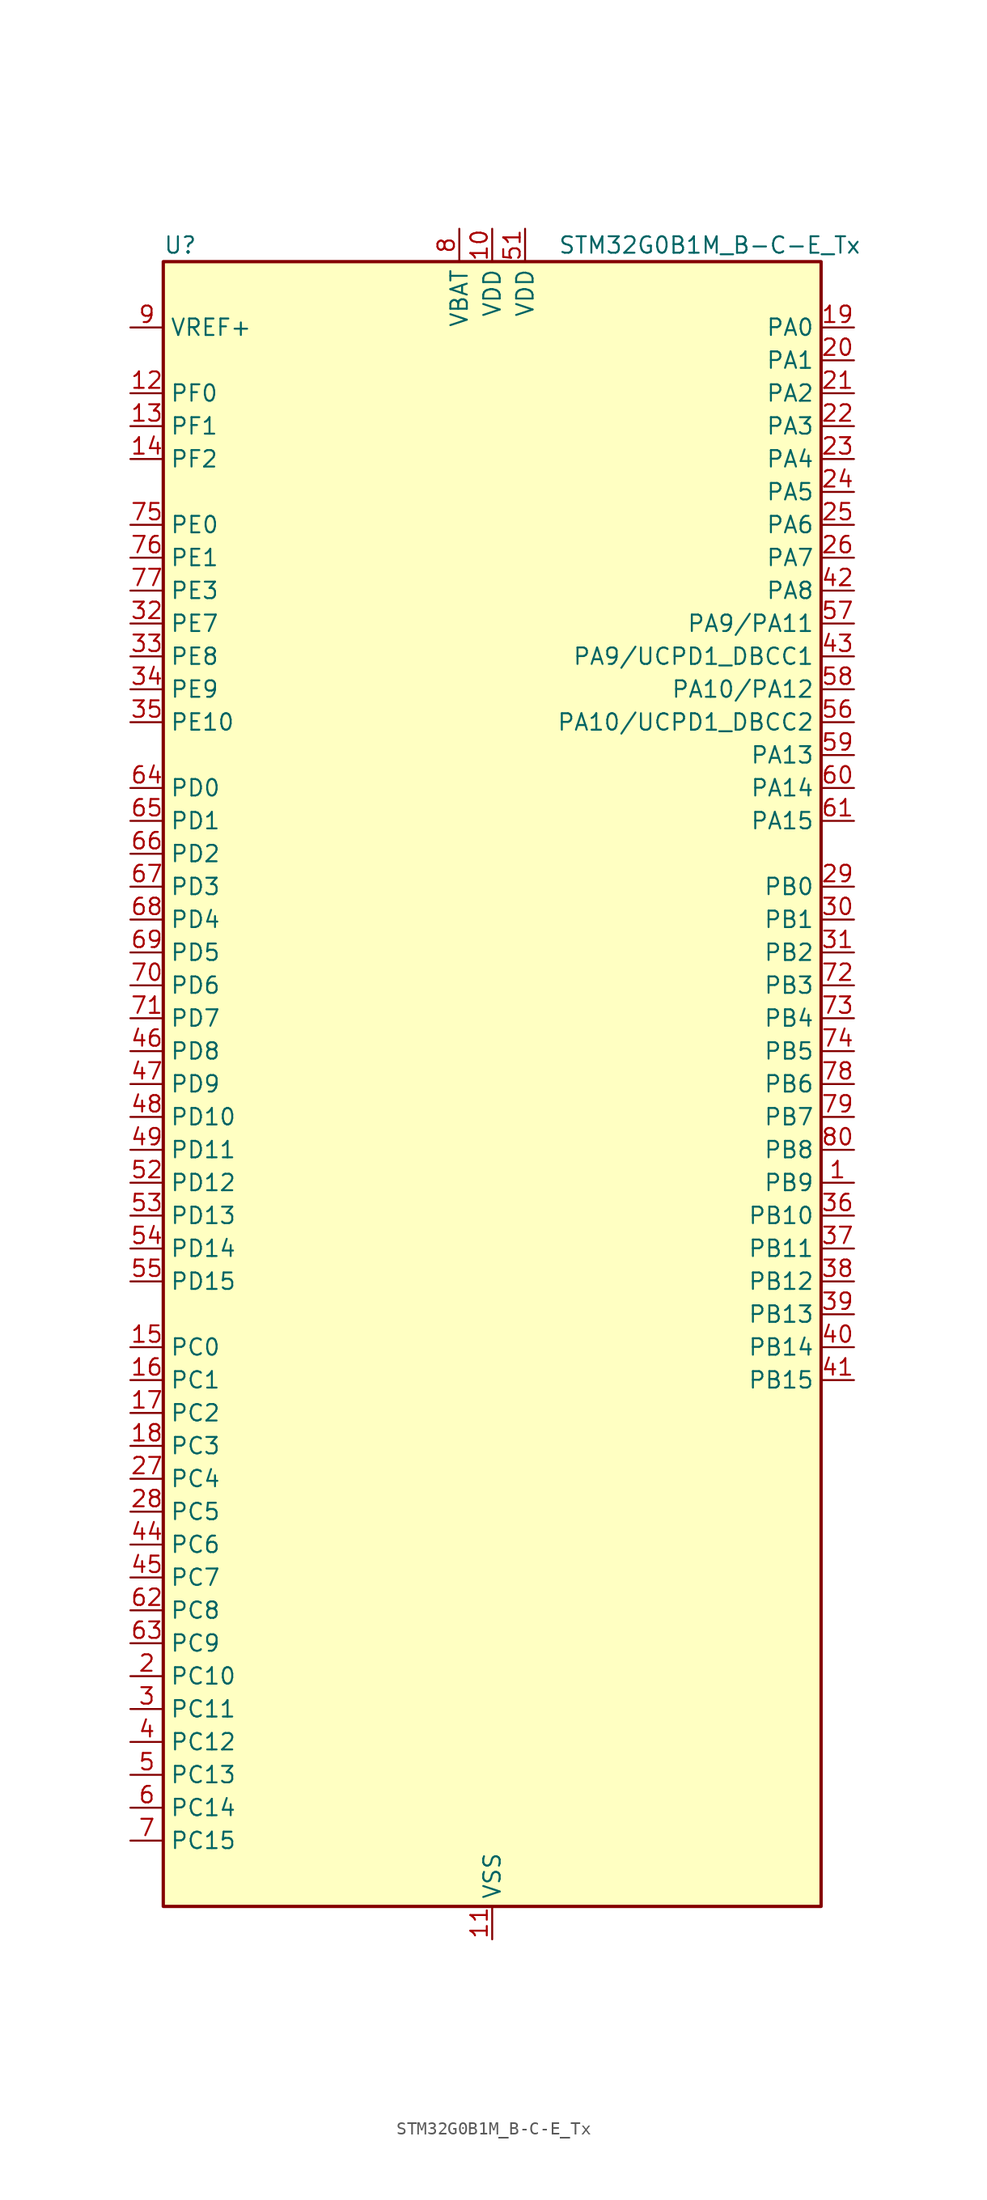
<source format=kicad_sym>
(kicad_symbol_lib
  (version 20241209)
  (generator "kicad_symbol_editor")
  (generator_version "9.0")
  (symbol "STM32G0B1M_B-C-E_Tx"
    (property "Reference" "U"
      (at -25.4 64.77 0)
      (effects (font (size 1.27 1.27)) (justify left)))
    (property "Value" "STM32G0B1M_B-C-E_Tx"
      (at 5.08 64.77 0)
      (effects (font (size 1.27 1.27)) (justify left)))
    (symbol "STM32G0B1M_B-C-E_Tx_0_1"
      (rectangle (start -25.4 -63.5) (end 25.4 63.5) (stroke (width 0.254) (type default)) (fill (type background))))
    (symbol "STM32G0B1M_B-C-E_Tx_1_1"
      (pin input line (at -27.94 58.42 0) (length 2.54) (name "VREF+" (effects (font (size 1.27 1.27)))) (number "9" (effects (font (size 1.27 1.27)))) (alternate "VREFBUF_OUT" bidirectional line))
      (pin bidirectional line (at -27.94 53.34 0) (length 2.54) (name "PF0" (effects (font (size 1.27 1.27)))) (number "12" (effects (font (size 1.27 1.27)))) (alternate "CRS1_SYNC" bidirectional line) (alternate "RCC_OSC_IN" bidirectional line) (alternate "TIM14_CH1" bidirectional line))
      (pin bidirectional line (at -27.94 50.8 0) (length 2.54) (name "PF1" (effects (font (size 1.27 1.27)))) (number "13" (effects (font (size 1.27 1.27)))) (alternate "RCC_OSC_EN" bidirectional line) (alternate "RCC_OSC_OUT" bidirectional line) (alternate "TIM15_CH1N" bidirectional line))
      (pin bidirectional line (at -27.94 48.26 0) (length 2.54) (name "PF2" (effects (font (size 1.27 1.27)))) (number "14" (effects (font (size 1.27 1.27)))) (alternate "LPUART2_DE" bidirectional line) (alternate "LPUART2_RTS" bidirectional line) (alternate "LPUART2_TX" bidirectional line) (alternate "RCC_MCO" bidirectional line))
      (pin bidirectional line (at -27.94 43.18 0) (length 2.54) (name "PE0" (effects (font (size 1.27 1.27)))) (number "75" (effects (font (size 1.27 1.27)))) (alternate "TIM16_CH1" bidirectional line) (alternate "TIM4_ETR" bidirectional line))
      (pin bidirectional line (at -27.94 40.64 0) (length 2.54) (name "PE1" (effects (font (size 1.27 1.27)))) (number "76" (effects (font (size 1.27 1.27)))) (alternate "TIM17_CH1" bidirectional line))
      (pin bidirectional line (at -27.94 38.1 0) (length 2.54) (name "PE3" (effects (font (size 1.27 1.27)))) (number "77" (effects (font (size 1.27 1.27)))) (alternate "TIM3_CH1" bidirectional line))
      (pin bidirectional line (at -27.94 35.56 0) (length 2.54) (name "PE7" (effects (font (size 1.27 1.27)))) (number "32" (effects (font (size 1.27 1.27)))) (alternate "COMP3_INP" bidirectional line) (alternate "TIM1_ETR" bidirectional line) (alternate "USART5_CK" bidirectional line) (alternate "USART5_DE" bidirectional line) (alternate "USART5_RTS" bidirectional line))
      (pin bidirectional line (at -27.94 33.02 0) (length 2.54) (name "PE8" (effects (font (size 1.27 1.27)))) (number "33" (effects (font (size 1.27 1.27)))) (alternate "COMP3_INM" bidirectional line) (alternate "TIM1_CH1N" bidirectional line) (alternate "USART4_TX" bidirectional line))
      (pin bidirectional line (at -27.94 30.48 0) (length 2.54) (name "PE9" (effects (font (size 1.27 1.27)))) (number "34" (effects (font (size 1.27 1.27)))) (alternate "DAC1_EXTI9" bidirectional line) (alternate "TIM1_CH1" bidirectional line) (alternate "USART4_RX" bidirectional line))
      (pin bidirectional line (at -27.94 27.94 0) (length 2.54) (name "PE10" (effects (font (size 1.27 1.27)))) (number "35" (effects (font (size 1.27 1.27)))) (alternate "TIM1_CH2N" bidirectional line) (alternate "USART5_TX" bidirectional line))
      (pin bidirectional line (at -27.94 22.86 0) (length 2.54) (name "PD0" (effects (font (size 1.27 1.27)))) (number "64" (effects (font (size 1.27 1.27)))) (alternate "FDCAN1_RX" bidirectional line) (alternate "I2S2_WS" bidirectional line) (alternate "SPI2_NSS" bidirectional line) (alternate "TIM16_CH1" bidirectional line) (alternate "UCPD2_CC1" bidirectional line))
      (pin bidirectional line (at -27.94 20.32 0) (length 2.54) (name "PD1" (effects (font (size 1.27 1.27)))) (number "65" (effects (font (size 1.27 1.27)))) (alternate "FDCAN1_TX" bidirectional line) (alternate "I2S2_CK" bidirectional line) (alternate "SPI2_SCK" bidirectional line) (alternate "TIM17_CH1" bidirectional line) (alternate "UCPD2_DBCC1" bidirectional line))
      (pin bidirectional line (at -27.94 17.78 0) (length 2.54) (name "PD2" (effects (font (size 1.27 1.27)))) (number "66" (effects (font (size 1.27 1.27)))) (alternate "TIM1_CH1N" bidirectional line) (alternate "TIM3_ETR" bidirectional line) (alternate "UCPD2_CC2" bidirectional line) (alternate "USART3_CK" bidirectional line) (alternate "USART3_DE" bidirectional line) (alternate "USART3_RTS" bidirectional line) (alternate "USART5_RX" bidirectional line))
      (pin bidirectional line (at -27.94 15.24 0) (length 2.54) (name "PD3" (effects (font (size 1.27 1.27)))) (number "67" (effects (font (size 1.27 1.27)))) (alternate "I2S2_MCK" bidirectional line) (alternate "SPI2_MISO" bidirectional line) (alternate "TIM1_CH2N" bidirectional line) (alternate "UCPD2_DBCC2" bidirectional line) (alternate "USART2_CTS" bidirectional line) (alternate "USART2_NSS" bidirectional line) (alternate "USART5_TX" bidirectional line))
      (pin bidirectional line (at -27.94 12.7 0) (length 2.54) (name "PD4" (effects (font (size 1.27 1.27)))) (number "68" (effects (font (size 1.27 1.27)))) (alternate "I2S2_SD" bidirectional line) (alternate "SPI2_MOSI" bidirectional line) (alternate "TIM1_CH3N" bidirectional line) (alternate "USART2_CK" bidirectional line) (alternate "USART2_DE" bidirectional line) (alternate "USART2_RTS" bidirectional line) (alternate "USART5_CK" bidirectional line) (alternate "USART5_DE" bidirectional line) (alternate "USART5_RTS" bidirectional line))
      (pin bidirectional line (at -27.94 10.16 0) (length 2.54) (name "PD5" (effects (font (size 1.27 1.27)))) (number "69" (effects (font (size 1.27 1.27)))) (alternate "I2S1_MCK" bidirectional line) (alternate "SPI1_MISO" bidirectional line) (alternate "TIM1_BK" bidirectional line) (alternate "USART2_TX" bidirectional line) (alternate "USART5_CTS" bidirectional line) (alternate "USART5_NSS" bidirectional line))
      (pin bidirectional line (at -27.94 7.62 0) (length 2.54) (name "PD6" (effects (font (size 1.27 1.27)))) (number "70" (effects (font (size 1.27 1.27)))) (alternate "I2S1_SD" bidirectional line) (alternate "LPTIM2_OUT" bidirectional line) (alternate "SPI1_MOSI" bidirectional line) (alternate "USART2_RX" bidirectional line))
      (pin bidirectional line (at -27.94 5.08 0) (length 2.54) (name "PD7" (effects (font (size 1.27 1.27)))) (number "71" (effects (font (size 1.27 1.27)))) (alternate "RCC_MCO_2" bidirectional line))
      (pin bidirectional line (at -27.94 2.54 0) (length 2.54) (name "PD8" (effects (font (size 1.27 1.27)))) (number "46" (effects (font (size 1.27 1.27)))) (alternate "I2S1_CK" bidirectional line) (alternate "LPTIM1_OUT" bidirectional line) (alternate "SPI1_SCK" bidirectional line) (alternate "USART3_TX" bidirectional line))
      (pin bidirectional line (at -27.94 0 0) (length 2.54) (name "PD9" (effects (font (size 1.27 1.27)))) (number "47" (effects (font (size 1.27 1.27)))) (alternate "DAC1_EXTI9" bidirectional line) (alternate "I2S1_WS" bidirectional line) (alternate "SPI1_NSS" bidirectional line) (alternate "TIM1_BK2" bidirectional line) (alternate "USART3_RX" bidirectional line))
      (pin bidirectional line (at -27.94 -2.54 0) (length 2.54) (name "PD10" (effects (font (size 1.27 1.27)))) (number "48" (effects (font (size 1.27 1.27)))) (alternate "RCC_MCO" bidirectional line))
      (pin bidirectional line (at -27.94 -5.08 0) (length 2.54) (name "PD11" (effects (font (size 1.27 1.27)))) (number "49" (effects (font (size 1.27 1.27)))) (alternate "ADC1_EXTI11" bidirectional line) (alternate "LPTIM2_ETR" bidirectional line) (alternate "USART3_CTS" bidirectional line) (alternate "USART3_NSS" bidirectional line))
      (pin bidirectional line (at -27.94 -7.62 0) (length 2.54) (name "PD12" (effects (font (size 1.27 1.27)))) (number "52" (effects (font (size 1.27 1.27)))) (alternate "FDCAN1_RX" bidirectional line) (alternate "LPTIM2_IN1" bidirectional line) (alternate "TIM4_CH1" bidirectional line) (alternate "USART3_CK" bidirectional line) (alternate "USART3_DE" bidirectional line) (alternate "USART3_RTS" bidirectional line))
      (pin bidirectional line (at -27.94 -10.16 0) (length 2.54) (name "PD13" (effects (font (size 1.27 1.27)))) (number "53" (effects (font (size 1.27 1.27)))) (alternate "FDCAN1_TX" bidirectional line) (alternate "LPTIM2_OUT" bidirectional line) (alternate "TIM4_CH2" bidirectional line))
      (pin bidirectional line (at -27.94 -12.7 0) (length 2.54) (name "PD14" (effects (font (size 1.27 1.27)))) (number "54" (effects (font (size 1.27 1.27)))) (alternate "FDCAN2_RX" bidirectional line) (alternate "LPUART2_CTS" bidirectional line) (alternate "TIM4_CH3" bidirectional line))
      (pin bidirectional line (at -27.94 -15.24 0) (length 2.54) (name "PD15" (effects (font (size 1.27 1.27)))) (number "55" (effects (font (size 1.27 1.27)))) (alternate "CRS1_SYNC" bidirectional line) (alternate "FDCAN2_TX" bidirectional line) (alternate "LPUART2_DE" bidirectional line) (alternate "LPUART2_RTS" bidirectional line) (alternate "TIM4_CH4" bidirectional line))
      (pin bidirectional line (at -27.94 -20.32 0) (length 2.54) (name "PC0" (effects (font (size 1.27 1.27)))) (number "15" (effects (font (size 1.27 1.27)))) (alternate "COMP3_INM" bidirectional line) (alternate "COMP3_OUT" bidirectional line) (alternate "I2C3_SCL" bidirectional line) (alternate "LPTIM1_IN1" bidirectional line) (alternate "LPTIM2_IN1" bidirectional line) (alternate "LPUART1_RX" bidirectional line) (alternate "LPUART2_TX" bidirectional line) (alternate "USART6_TX" bidirectional line))
      (pin bidirectional line (at -27.94 -22.86 0) (length 2.54) (name "PC1" (effects (font (size 1.27 1.27)))) (number "16" (effects (font (size 1.27 1.27)))) (alternate "COMP3_INP" bidirectional line) (alternate "I2C3_SDA" bidirectional line) (alternate "LPTIM1_OUT" bidirectional line) (alternate "LPUART1_TX" bidirectional line) (alternate "LPUART2_RX" bidirectional line) (alternate "TIM15_CH1" bidirectional line) (alternate "USART6_RX" bidirectional line))
      (pin bidirectional line (at -27.94 -25.4 0) (length 2.54) (name "PC2" (effects (font (size 1.27 1.27)))) (number "17" (effects (font (size 1.27 1.27)))) (alternate "COMP3_OUT" bidirectional line) (alternate "FDCAN2_RX" bidirectional line) (alternate "I2S2_MCK" bidirectional line) (alternate "LPTIM1_IN2" bidirectional line) (alternate "SPI2_MISO" bidirectional line) (alternate "TIM15_CH2" bidirectional line))
      (pin bidirectional line (at -27.94 -27.94 0) (length 2.54) (name "PC3" (effects (font (size 1.27 1.27)))) (number "18" (effects (font (size 1.27 1.27)))) (alternate "FDCAN2_TX" bidirectional line) (alternate "I2S2_SD" bidirectional line) (alternate "LPTIM1_ETR" bidirectional line) (alternate "LPTIM2_ETR" bidirectional line) (alternate "SPI2_MOSI" bidirectional line))
      (pin bidirectional line (at -27.94 -30.48 0) (length 2.54) (name "PC4" (effects (font (size 1.27 1.27)))) (number "27" (effects (font (size 1.27 1.27)))) (alternate "ADC1_IN17" bidirectional line) (alternate "COMP1_INM" bidirectional line) (alternate "FDCAN1_RX" bidirectional line) (alternate "TIM2_CH1" bidirectional line) (alternate "TIM2_ETR" bidirectional line) (alternate "USART1_TX" bidirectional line) (alternate "USART3_TX" bidirectional line))
      (pin bidirectional line (at -27.94 -33.02 0) (length 2.54) (name "PC5" (effects (font (size 1.27 1.27)))) (number "28" (effects (font (size 1.27 1.27)))) (alternate "ADC1_IN18" bidirectional line) (alternate "COMP1_INP" bidirectional line) (alternate "FDCAN1_TX" bidirectional line) (alternate "SYS_WKUP5" bidirectional line) (alternate "TIM2_CH2" bidirectional line) (alternate "USART1_RX" bidirectional line) (alternate "USART3_RX" bidirectional line))
      (pin bidirectional line (at -27.94 -35.56 0) (length 2.54) (name "PC6" (effects (font (size 1.27 1.27)))) (number "44" (effects (font (size 1.27 1.27)))) (alternate "LPUART2_TX" bidirectional line) (alternate "TIM2_CH3" bidirectional line) (alternate "TIM3_CH1" bidirectional line) (alternate "UCPD1_FRSTX1" bidirectional line) (alternate "UCPD1_FRSTX2" bidirectional line))
      (pin bidirectional line (at -27.94 -38.1 0) (length 2.54) (name "PC7" (effects (font (size 1.27 1.27)))) (number "45" (effects (font (size 1.27 1.27)))) (alternate "LPUART2_RX" bidirectional line) (alternate "TIM2_CH4" bidirectional line) (alternate "TIM3_CH2" bidirectional line) (alternate "UCPD2_FRSTX1" bidirectional line) (alternate "UCPD2_FRSTX2" bidirectional line))
      (pin bidirectional line (at -27.94 -40.64 0) (length 2.54) (name "PC8" (effects (font (size 1.27 1.27)))) (number "62" (effects (font (size 1.27 1.27)))) (alternate "LPUART2_CTS" bidirectional line) (alternate "TIM1_CH1" bidirectional line) (alternate "TIM3_CH3" bidirectional line) (alternate "UCPD2_FRSTX1" bidirectional line) (alternate "UCPD2_FRSTX2" bidirectional line))
      (pin bidirectional line (at -27.94 -43.18 0) (length 2.54) (name "PC9" (effects (font (size 1.27 1.27)))) (number "63" (effects (font (size 1.27 1.27)))) (alternate "DAC1_EXTI9" bidirectional line) (alternate "I2S_CKIN" bidirectional line) (alternate "LPUART2_DE" bidirectional line) (alternate "LPUART2_RTS" bidirectional line) (alternate "TIM1_CH2" bidirectional line) (alternate "TIM3_CH4" bidirectional line) (alternate "USB_NOE" bidirectional line))
      (pin bidirectional line (at -27.94 -45.72 0) (length 2.54) (name "PC10" (effects (font (size 1.27 1.27)))) (number "2" (effects (font (size 1.27 1.27)))) (alternate "SPI3_SCK" bidirectional line) (alternate "TIM1_CH3" bidirectional line) (alternate "USART3_TX" bidirectional line) (alternate "USART4_TX" bidirectional line))
      (pin bidirectional line (at -27.94 -48.26 0) (length 2.54) (name "PC11" (effects (font (size 1.27 1.27)))) (number "3" (effects (font (size 1.27 1.27)))) (alternate "ADC1_EXTI11" bidirectional line) (alternate "SPI3_MISO" bidirectional line) (alternate "TIM1_CH4" bidirectional line) (alternate "USART3_RX" bidirectional line) (alternate "USART4_RX" bidirectional line))
      (pin bidirectional line (at -27.94 -50.8 0) (length 2.54) (name "PC12" (effects (font (size 1.27 1.27)))) (number "4" (effects (font (size 1.27 1.27)))) (alternate "LPTIM1_IN1" bidirectional line) (alternate "SPI3_MOSI" bidirectional line) (alternate "TIM14_CH1" bidirectional line) (alternate "UCPD1_FRSTX1" bidirectional line) (alternate "UCPD1_FRSTX2" bidirectional line) (alternate "USART5_TX" bidirectional line))
      (pin bidirectional line (at -27.94 -53.34 0) (length 2.54) (name "PC13" (effects (font (size 1.27 1.27)))) (number "5" (effects (font (size 1.27 1.27)))) (alternate "RTC_OUT1" bidirectional line) (alternate "RTC_TAMP_IN1" bidirectional line) (alternate "RTC_TS" bidirectional line) (alternate "SYS_WKUP2" bidirectional line) (alternate "TIM1_BK" bidirectional line))
      (pin bidirectional line (at -27.94 -55.88 0) (length 2.54) (name "PC14" (effects (font (size 1.27 1.27)))) (number "6" (effects (font (size 1.27 1.27)))) (alternate "RCC_OSC32_IN" bidirectional line) (alternate "TIM1_BK2" bidirectional line))
      (pin bidirectional line (at -27.94 -58.42 0) (length 2.54) (name "PC15" (effects (font (size 1.27 1.27)))) (number "7" (effects (font (size 1.27 1.27)))) (alternate "RCC_OSC32_EN" bidirectional line) (alternate "RCC_OSC32_OUT" bidirectional line) (alternate "RCC_OSC_EN" bidirectional line) (alternate "TIM15_BK" bidirectional line))
      (pin power_in line (at -2.54 66.04 270) (length 2.54) (name "VBAT" (effects (font (size 1.27 1.27)))) (number "8" (effects (font (size 1.27 1.27)))))
      (pin power_in line (at 0 66.04 270) (length 2.54) (name "VDD" (effects (font (size 1.27 1.27)))) (number "10" (effects (font (size 1.27 1.27)))))
      (pin power_in line (at 0 -66.04 90) (length 2.54) (name "VSS" (effects (font (size 1.27 1.27)))) (number "11" (effects (font (size 1.27 1.27)))))
      (pin passive line (at 0 -66.04 90) (length 2.54) (hide yes) (name "VSS" (effects (font (size 1.27 1.27)))) (number "50" (effects (font (size 1.27 1.27)))))
      (pin power_in line (at 2.54 66.04 270) (length 2.54) (name "VDD" (effects (font (size 1.27 1.27)))) (number "51" (effects (font (size 1.27 1.27)))))
      (pin bidirectional line (at 27.94 58.42 180) (length 2.54) (name "PA0" (effects (font (size 1.27 1.27)))) (number "19" (effects (font (size 1.27 1.27)))) (alternate "ADC1_IN0" bidirectional line) (alternate "COMP1_INM" bidirectional line) (alternate "COMP1_OUT" bidirectional line) (alternate "I2S2_CK" bidirectional line) (alternate "LPTIM1_OUT" bidirectional line) (alternate "RTC_TAMP_IN2" bidirectional line) (alternate "SPI2_SCK" bidirectional line) (alternate "SYS_WKUP1" bidirectional line) (alternate "TIM2_CH1" bidirectional line) (alternate "TIM2_ETR" bidirectional line) (alternate "UCPD2_FRSTX1" bidirectional line) (alternate "UCPD2_FRSTX2" bidirectional line) (alternate "USART2_CTS" bidirectional line) (alternate "USART2_NSS" bidirectional line) (alternate "USART4_TX" bidirectional line))
      (pin bidirectional line (at 27.94 55.88 180) (length 2.54) (name "PA1" (effects (font (size 1.27 1.27)))) (number "20" (effects (font (size 1.27 1.27)))) (alternate "ADC1_IN1" bidirectional line) (alternate "COMP1_INP" bidirectional line) (alternate "I2C1_SMBA" bidirectional line) (alternate "I2S1_CK" bidirectional line) (alternate "SPI1_SCK" bidirectional line) (alternate "TIM15_CH1N" bidirectional line) (alternate "TIM2_CH2" bidirectional line) (alternate "USART2_CK" bidirectional line) (alternate "USART2_DE" bidirectional line) (alternate "USART2_RTS" bidirectional line) (alternate "USART4_RX" bidirectional line))
      (pin bidirectional line (at 27.94 53.34 180) (length 2.54) (name "PA2" (effects (font (size 1.27 1.27)))) (number "21" (effects (font (size 1.27 1.27)))) (alternate "ADC1_IN2" bidirectional line) (alternate "COMP2_INM" bidirectional line) (alternate "COMP2_OUT" bidirectional line) (alternate "I2S1_SD" bidirectional line) (alternate "LPUART1_TX" bidirectional line) (alternate "RCC_LSCO" bidirectional line) (alternate "SPI1_MOSI" bidirectional line) (alternate "SYS_WKUP4" bidirectional line) (alternate "TIM15_CH1" bidirectional line) (alternate "TIM2_CH3" bidirectional line) (alternate "UCPD1_FRSTX1" bidirectional line) (alternate "UCPD1_FRSTX2" bidirectional line) (alternate "USART2_TX" bidirectional line))
      (pin bidirectional line (at 27.94 50.8 180) (length 2.54) (name "PA3" (effects (font (size 1.27 1.27)))) (number "22" (effects (font (size 1.27 1.27)))) (alternate "ADC1_IN3" bidirectional line) (alternate "COMP2_INP" bidirectional line) (alternate "I2S2_MCK" bidirectional line) (alternate "LPUART1_RX" bidirectional line) (alternate "SPI2_MISO" bidirectional line) (alternate "TIM15_CH2" bidirectional line) (alternate "TIM2_CH4" bidirectional line) (alternate "UCPD2_FRSTX1" bidirectional line) (alternate "UCPD2_FRSTX2" bidirectional line) (alternate "USART2_RX" bidirectional line))
      (pin bidirectional line (at 27.94 48.26 180) (length 2.54) (name "PA4" (effects (font (size 1.27 1.27)))) (number "23" (effects (font (size 1.27 1.27)))) (alternate "ADC1_IN4" bidirectional line) (alternate "DAC1_OUT1" bidirectional line) (alternate "I2S1_WS" bidirectional line) (alternate "I2S2_SD" bidirectional line) (alternate "LPTIM2_OUT" bidirectional line) (alternate "RTC_OUT2" bidirectional line) (alternate "SPI1_NSS" bidirectional line) (alternate "SPI2_MOSI" bidirectional line) (alternate "SPI3_NSS" bidirectional line) (alternate "TIM14_CH1" bidirectional line) (alternate "UCPD2_FRSTX1" bidirectional line) (alternate "UCPD2_FRSTX2" bidirectional line) (alternate "USART6_TX" bidirectional line) (alternate "USB_NOE" bidirectional line))
      (pin bidirectional line (at 27.94 45.72 180) (length 2.54) (name "PA5" (effects (font (size 1.27 1.27)))) (number "24" (effects (font (size 1.27 1.27)))) (alternate "ADC1_IN5" bidirectional line) (alternate "CEC" bidirectional line) (alternate "DAC1_OUT2" bidirectional line) (alternate "I2S1_CK" bidirectional line) (alternate "LPTIM2_ETR" bidirectional line) (alternate "SPI1_SCK" bidirectional line) (alternate "TIM2_CH1" bidirectional line) (alternate "TIM2_ETR" bidirectional line) (alternate "UCPD1_FRSTX1" bidirectional line) (alternate "UCPD1_FRSTX2" bidirectional line) (alternate "USART3_TX" bidirectional line) (alternate "USART6_RX" bidirectional line))
      (pin bidirectional line (at 27.94 43.18 180) (length 2.54) (name "PA6" (effects (font (size 1.27 1.27)))) (number "25" (effects (font (size 1.27 1.27)))) (alternate "ADC1_IN6" bidirectional line) (alternate "COMP1_OUT" bidirectional line) (alternate "I2C2_SDA" bidirectional line) (alternate "I2C3_SDA" bidirectional line) (alternate "I2S1_MCK" bidirectional line) (alternate "LPUART1_CTS" bidirectional line) (alternate "SPI1_MISO" bidirectional line) (alternate "TIM16_CH1" bidirectional line) (alternate "TIM1_BK" bidirectional line) (alternate "TIM3_CH1" bidirectional line) (alternate "USART3_CTS" bidirectional line) (alternate "USART3_NSS" bidirectional line) (alternate "USART6_CTS" bidirectional line) (alternate "USART6_NSS" bidirectional line))
      (pin bidirectional line (at 27.94 40.64 180) (length 2.54) (name "PA7" (effects (font (size 1.27 1.27)))) (number "26" (effects (font (size 1.27 1.27)))) (alternate "ADC1_IN7" bidirectional line) (alternate "COMP2_OUT" bidirectional line) (alternate "I2C2_SCL" bidirectional line) (alternate "I2C3_SCL" bidirectional line) (alternate "I2S1_SD" bidirectional line) (alternate "SPI1_MOSI" bidirectional line) (alternate "TIM14_CH1" bidirectional line) (alternate "TIM17_CH1" bidirectional line) (alternate "TIM1_CH1N" bidirectional line) (alternate "TIM3_CH2" bidirectional line) (alternate "UCPD1_FRSTX1" bidirectional line) (alternate "UCPD1_FRSTX2" bidirectional line) (alternate "USART6_CK" bidirectional line) (alternate "USART6_DE" bidirectional line) (alternate "USART6_RTS" bidirectional line))
      (pin bidirectional line (at 27.94 38.1 180) (length 2.54) (name "PA8" (effects (font (size 1.27 1.27)))) (number "42" (effects (font (size 1.27 1.27)))) (alternate "CRS1_SYNC" bidirectional line) (alternate "I2C2_SMBA" bidirectional line) (alternate "I2S2_WS" bidirectional line) (alternate "LPTIM2_OUT" bidirectional line) (alternate "RCC_MCO" bidirectional line) (alternate "SPI2_NSS" bidirectional line) (alternate "TIM1_CH1" bidirectional line) (alternate "UCPD1_CC1" bidirectional line))
      (pin bidirectional line (at 27.94 35.56 180) (length 2.54) (name "PA9/PA11" (effects (font (size 1.27 1.27)))) (number "57" (effects (font (size 1.27 1.27)))) (alternate "ADC1_EXTI11 (PA11)" bidirectional line) (alternate "COMP1_OUT (PA11)" bidirectional line) (alternate "DAC1_EXTI9 (PA9)" bidirectional line) (alternate "FDCAN1_RX (PA11)" bidirectional line) (alternate "I2C1_SCL (PA9)" bidirectional line) (alternate "I2C2_SCL (PA11)" bidirectional line) (alternate "I2C2_SCL (PA9)" bidirectional line) (alternate "I2S1_MCK (PA11)" bidirectional line) (alternate "I2S2_MCK (PA9)" bidirectional line) (alternate "PA11" bidirectional line) (alternate "PA9" bidirectional line) (alternate "RCC_MCO (PA9)" bidirectional line) (alternate "SPI1_MISO (PA11)" bidirectional line) (alternate "SPI2_MISO (PA9)" bidirectional line) (alternate "TIM15_BK (PA9)" bidirectional line) (alternate "TIM1_BK2 (PA11)" bidirectional line) (alternate "TIM1_CH2 (PA9)" bidirectional line) (alternate "TIM1_CH4 (PA11)" bidirectional line) (alternate "UCPD1_DBCC1 (PA9)" bidirectional line) (alternate "USART1_CTS (PA11)" bidirectional line) (alternate "USART1_NSS (PA11)" bidirectional line) (alternate "USART1_TX (PA9)" bidirectional line) (alternate "USB_DM (PA11)" bidirectional line))
      (pin bidirectional line (at 27.94 33.02 180) (length 2.54) (name "PA9/UCPD1_DBCC1" (effects (font (size 1.27 1.27)))) (number "43" (effects (font (size 1.27 1.27)))) (alternate "DAC1_EXTI9 (PA9)" bidirectional line) (alternate "I2C1_SCL (PA9)" bidirectional line) (alternate "I2C2_SCL (PA9)" bidirectional line) (alternate "I2S2_MCK (PA9)" bidirectional line) (alternate "PA9" bidirectional line) (alternate "RCC_MCO (PA9)" bidirectional line) (alternate "SPI2_MISO (PA9)" bidirectional line) (alternate "TIM15_BK (PA9)" bidirectional line) (alternate "TIM1_CH2 (PA9)" bidirectional line) (alternate "UCPD1_DBCC1" bidirectional line) (alternate "UCPD1_DBCC1 (PA9)" bidirectional line) (alternate "UCPD1_DBCC1 (UCPD1_DBCC1)" bidirectional line) (alternate "USART1_TX (PA9)" bidirectional line))
      (pin bidirectional line (at 27.94 30.48 180) (length 2.54) (name "PA10/PA12" (effects (font (size 1.27 1.27)))) (number "58" (effects (font (size 1.27 1.27)))) (alternate "COMP2_OUT (PA12)" bidirectional line) (alternate "FDCAN1_TX (PA12)" bidirectional line) (alternate "I2C1_SDA (PA10)" bidirectional line) (alternate "I2C2_SDA (PA10)" bidirectional line) (alternate "I2C2_SDA (PA12)" bidirectional line) (alternate "I2S1_SD (PA12)" bidirectional line) (alternate "I2S2_SD (PA10)" bidirectional line) (alternate "I2S_CKIN (PA12)" bidirectional line) (alternate "PA10" bidirectional line) (alternate "PA12" bidirectional line) (alternate "RCC_MCO_2 (PA10)" bidirectional line) (alternate "SPI1_MOSI (PA12)" bidirectional line) (alternate "SPI2_MOSI (PA10)" bidirectional line) (alternate "TIM17_BK (PA10)" bidirectional line) (alternate "TIM1_CH3 (PA10)" bidirectional line) (alternate "TIM1_ETR (PA12)" bidirectional line) (alternate "UCPD1_DBCC2 (PA10)" bidirectional line) (alternate "USART1_CK (PA12)" bidirectional line) (alternate "USART1_DE (PA12)" bidirectional line) (alternate "USART1_RTS (PA12)" bidirectional line) (alternate "USART1_RX (PA10)" bidirectional line) (alternate "USB_DP (PA12)" bidirectional line))
      (pin bidirectional line (at 27.94 27.94 180) (length 2.54) (name "PA10/UCPD1_DBCC2" (effects (font (size 1.27 1.27)))) (number "56" (effects (font (size 1.27 1.27)))) (alternate "I2C1_SDA (PA10)" bidirectional line) (alternate "I2C2_SDA (PA10)" bidirectional line) (alternate "I2S2_SD (PA10)" bidirectional line) (alternate "PA10" bidirectional line) (alternate "RCC_MCO_2 (PA10)" bidirectional line) (alternate "SPI2_MOSI (PA10)" bidirectional line) (alternate "TIM17_BK (PA10)" bidirectional line) (alternate "TIM1_CH3 (PA10)" bidirectional line) (alternate "UCPD1_DBCC2" bidirectional line) (alternate "UCPD1_DBCC2 (PA10)" bidirectional line) (alternate "UCPD1_DBCC2 (UCPD1_DBCC2)" bidirectional line) (alternate "USART1_RX (PA10)" bidirectional line))
      (pin bidirectional line (at 27.94 25.4 180) (length 2.54) (name "PA13" (effects (font (size 1.27 1.27)))) (number "59" (effects (font (size 1.27 1.27)))) (alternate "IR_OUT" bidirectional line) (alternate "LPUART2_RX" bidirectional line) (alternate "SYS_SWDIO" bidirectional line) (alternate "USB_NOE" bidirectional line))
      (pin bidirectional line (at 27.94 22.86 180) (length 2.54) (name "PA14" (effects (font (size 1.27 1.27)))) (number "60" (effects (font (size 1.27 1.27)))) (alternate "LPUART2_TX" bidirectional line) (alternate "SYS_SWCLK" bidirectional line) (alternate "USART2_TX" bidirectional line))
      (pin bidirectional line (at 27.94 20.32 180) (length 2.54) (name "PA15" (effects (font (size 1.27 1.27)))) (number "61" (effects (font (size 1.27 1.27)))) (alternate "I2C2_SMBA" bidirectional line) (alternate "I2S1_WS" bidirectional line) (alternate "RCC_MCO_2" bidirectional line) (alternate "SPI1_NSS" bidirectional line) (alternate "SPI3_NSS" bidirectional line) (alternate "TIM2_CH1" bidirectional line) (alternate "TIM2_ETR" bidirectional line) (alternate "USART2_RX" bidirectional line) (alternate "USART3_CK" bidirectional line) (alternate "USART3_DE" bidirectional line) (alternate "USART3_RTS" bidirectional line) (alternate "USART4_CK" bidirectional line) (alternate "USART4_DE" bidirectional line) (alternate "USART4_RTS" bidirectional line) (alternate "USB_NOE" bidirectional line))
      (pin bidirectional line (at 27.94 15.24 180) (length 2.54) (name "PB0" (effects (font (size 1.27 1.27)))) (number "29" (effects (font (size 1.27 1.27)))) (alternate "ADC1_IN8" bidirectional line) (alternate "COMP1_OUT" bidirectional line) (alternate "COMP3_INP" bidirectional line) (alternate "FDCAN2_RX" bidirectional line) (alternate "I2S1_WS" bidirectional line) (alternate "LPTIM1_OUT" bidirectional line) (alternate "LPUART2_CTS" bidirectional line) (alternate "SPI1_NSS" bidirectional line) (alternate "TIM1_CH2N" bidirectional line) (alternate "TIM3_CH3" bidirectional line) (alternate "UCPD1_FRSTX1" bidirectional line) (alternate "UCPD1_FRSTX2" bidirectional line) (alternate "USART3_RX" bidirectional line) (alternate "USART5_TX" bidirectional line))
      (pin bidirectional line (at 27.94 12.7 180) (length 2.54) (name "PB1" (effects (font (size 1.27 1.27)))) (number "30" (effects (font (size 1.27 1.27)))) (alternate "ADC1_IN9" bidirectional line) (alternate "COMP1_INM" bidirectional line) (alternate "COMP3_OUT" bidirectional line) (alternate "FDCAN2_TX" bidirectional line) (alternate "LPTIM2_IN1" bidirectional line) (alternate "LPUART1_DE" bidirectional line) (alternate "LPUART1_RTS" bidirectional line) (alternate "LPUART2_DE" bidirectional line) (alternate "LPUART2_RTS" bidirectional line) (alternate "TIM14_CH1" bidirectional line) (alternate "TIM1_CH3N" bidirectional line) (alternate "TIM3_CH4" bidirectional line) (alternate "USART3_CK" bidirectional line) (alternate "USART3_DE" bidirectional line) (alternate "USART3_RTS" bidirectional line) (alternate "USART5_RX" bidirectional line))
      (pin bidirectional line (at 27.94 10.16 180) (length 2.54) (name "PB2" (effects (font (size 1.27 1.27)))) (number "31" (effects (font (size 1.27 1.27)))) (alternate "ADC1_IN10" bidirectional line) (alternate "COMP1_INP" bidirectional line) (alternate "COMP3_INM" bidirectional line) (alternate "I2S2_MCK" bidirectional line) (alternate "LPTIM1_OUT" bidirectional line) (alternate "RCC_MCO_2" bidirectional line) (alternate "SPI2_MISO" bidirectional line) (alternate "USART3_TX" bidirectional line))
      (pin bidirectional line (at 27.94 7.62 180) (length 2.54) (name "PB3" (effects (font (size 1.27 1.27)))) (number "72" (effects (font (size 1.27 1.27)))) (alternate "COMP2_INM" bidirectional line) (alternate "I2C2_SCL" bidirectional line) (alternate "I2C3_SCL" bidirectional line) (alternate "I2S1_CK" bidirectional line) (alternate "SPI1_SCK" bidirectional line) (alternate "SPI3_SCK" bidirectional line) (alternate "TIM1_CH2" bidirectional line) (alternate "TIM2_CH2" bidirectional line) (alternate "USART1_CK" bidirectional line) (alternate "USART1_DE" bidirectional line) (alternate "USART1_RTS" bidirectional line) (alternate "USART5_TX" bidirectional line))
      (pin bidirectional line (at 27.94 5.08 180) (length 2.54) (name "PB4" (effects (font (size 1.27 1.27)))) (number "73" (effects (font (size 1.27 1.27)))) (alternate "COMP2_INP" bidirectional line) (alternate "I2C2_SDA" bidirectional line) (alternate "I2C3_SDA" bidirectional line) (alternate "I2S1_MCK" bidirectional line) (alternate "SPI1_MISO" bidirectional line) (alternate "SPI3_MISO" bidirectional line) (alternate "TIM17_BK" bidirectional line) (alternate "TIM3_CH1" bidirectional line) (alternate "USART1_CTS" bidirectional line) (alternate "USART1_NSS" bidirectional line) (alternate "USART5_RX" bidirectional line))
      (pin bidirectional line (at 27.94 2.54 180) (length 2.54) (name "PB5" (effects (font (size 1.27 1.27)))) (number "74" (effects (font (size 1.27 1.27)))) (alternate "COMP2_OUT" bidirectional line) (alternate "FDCAN2_RX" bidirectional line) (alternate "I2C1_SMBA" bidirectional line) (alternate "I2S1_SD" bidirectional line) (alternate "LPTIM1_IN1" bidirectional line) (alternate "SPI1_MOSI" bidirectional line) (alternate "SPI3_MOSI" bidirectional line) (alternate "SYS_WKUP6" bidirectional line) (alternate "TIM16_BK" bidirectional line) (alternate "TIM3_CH2" bidirectional line) (alternate "USART5_CK" bidirectional line) (alternate "USART5_DE" bidirectional line) (alternate "USART5_RTS" bidirectional line))
      (pin bidirectional line (at 27.94 0 180) (length 2.54) (name "PB6" (effects (font (size 1.27 1.27)))) (number "78" (effects (font (size 1.27 1.27)))) (alternate "COMP2_INP" bidirectional line) (alternate "FDCAN2_TX" bidirectional line) (alternate "I2C1_SCL" bidirectional line) (alternate "I2S2_MCK" bidirectional line) (alternate "LPTIM1_ETR" bidirectional line) (alternate "LPUART2_TX" bidirectional line) (alternate "SPI2_MISO" bidirectional line) (alternate "TIM16_CH1N" bidirectional line) (alternate "TIM1_CH3" bidirectional line) (alternate "TIM4_CH1" bidirectional line) (alternate "USART1_TX" bidirectional line) (alternate "USART5_CTS" bidirectional line) (alternate "USART5_NSS" bidirectional line))
      (pin bidirectional line (at 27.94 -2.54 180) (length 2.54) (name "PB7" (effects (font (size 1.27 1.27)))) (number "79" (effects (font (size 1.27 1.27)))) (alternate "COMP2_INM" bidirectional line) (alternate "I2C1_SDA" bidirectional line) (alternate "I2S2_SD" bidirectional line) (alternate "LPTIM1_IN2" bidirectional line) (alternate "LPUART2_RX" bidirectional line) (alternate "SPI2_MOSI" bidirectional line) (alternate "SYS_PVD_IN" bidirectional line) (alternate "TIM17_CH1N" bidirectional line) (alternate "TIM4_CH2" bidirectional line) (alternate "USART1_RX" bidirectional line) (alternate "USART4_CTS" bidirectional line) (alternate "USART4_NSS" bidirectional line))
      (pin bidirectional line (at 27.94 -5.08 180) (length 2.54) (name "PB8" (effects (font (size 1.27 1.27)))) (number "80" (effects (font (size 1.27 1.27)))) (alternate "CEC" bidirectional line) (alternate "FDCAN1_RX" bidirectional line) (alternate "I2C1_SCL" bidirectional line) (alternate "I2S2_CK" bidirectional line) (alternate "SPI2_SCK" bidirectional line) (alternate "TIM15_BK" bidirectional line) (alternate "TIM16_CH1" bidirectional line) (alternate "TIM4_CH3" bidirectional line) (alternate "USART3_TX" bidirectional line) (alternate "USART6_TX" bidirectional line))
      (pin bidirectional line (at 27.94 -7.62 180) (length 2.54) (name "PB9" (effects (font (size 1.27 1.27)))) (number "1" (effects (font (size 1.27 1.27)))) (alternate "DAC1_EXTI9" bidirectional line) (alternate "FDCAN1_TX" bidirectional line) (alternate "I2C1_SDA" bidirectional line) (alternate "I2S2_WS" bidirectional line) (alternate "IR_OUT" bidirectional line) (alternate "SPI2_NSS" bidirectional line) (alternate "TIM17_CH1" bidirectional line) (alternate "TIM4_CH4" bidirectional line) (alternate "UCPD2_FRSTX1" bidirectional line) (alternate "UCPD2_FRSTX2" bidirectional line) (alternate "USART3_RX" bidirectional line) (alternate "USART6_RX" bidirectional line))
      (pin bidirectional line (at 27.94 -10.16 180) (length 2.54) (name "PB10" (effects (font (size 1.27 1.27)))) (number "36" (effects (font (size 1.27 1.27)))) (alternate "ADC1_IN11" bidirectional line) (alternate "CEC" bidirectional line) (alternate "COMP1_OUT" bidirectional line) (alternate "I2C2_SCL" bidirectional line) (alternate "I2S2_CK" bidirectional line) (alternate "LPUART1_RX" bidirectional line) (alternate "SPI2_SCK" bidirectional line) (alternate "TIM2_CH3" bidirectional line) (alternate "USART3_TX" bidirectional line))
      (pin bidirectional line (at 27.94 -12.7 180) (length 2.54) (name "PB11" (effects (font (size 1.27 1.27)))) (number "37" (effects (font (size 1.27 1.27)))) (alternate "ADC1_EXTI11" bidirectional line) (alternate "ADC1_IN15" bidirectional line) (alternate "COMP2_OUT" bidirectional line) (alternate "I2C2_SDA" bidirectional line) (alternate "I2S2_SD" bidirectional line) (alternate "LPUART1_TX" bidirectional line) (alternate "SPI2_MOSI" bidirectional line) (alternate "TIM2_CH4" bidirectional line) (alternate "USART3_RX" bidirectional line))
      (pin bidirectional line (at 27.94 -15.24 180) (length 2.54) (name "PB12" (effects (font (size 1.27 1.27)))) (number "38" (effects (font (size 1.27 1.27)))) (alternate "ADC1_IN16" bidirectional line) (alternate "FDCAN2_RX" bidirectional line) (alternate "I2C2_SMBA" bidirectional line) (alternate "I2S2_WS" bidirectional line) (alternate "LPUART1_DE" bidirectional line) (alternate "LPUART1_RTS" bidirectional line) (alternate "SPI2_NSS" bidirectional line) (alternate "TIM15_BK" bidirectional line) (alternate "TIM1_BK" bidirectional line) (alternate "UCPD2_FRSTX1" bidirectional line) (alternate "UCPD2_FRSTX2" bidirectional line))
      (pin bidirectional line (at 27.94 -17.78 180) (length 2.54) (name "PB13" (effects (font (size 1.27 1.27)))) (number "39" (effects (font (size 1.27 1.27)))) (alternate "FDCAN2_TX" bidirectional line) (alternate "I2C2_SCL" bidirectional line) (alternate "I2S2_CK" bidirectional line) (alternate "LPUART1_CTS" bidirectional line) (alternate "SPI2_SCK" bidirectional line) (alternate "TIM15_CH1N" bidirectional line) (alternate "TIM1_CH1N" bidirectional line) (alternate "USART3_CTS" bidirectional line) (alternate "USART3_NSS" bidirectional line))
      (pin bidirectional line (at 27.94 -20.32 180) (length 2.54) (name "PB14" (effects (font (size 1.27 1.27)))) (number "40" (effects (font (size 1.27 1.27)))) (alternate "I2C2_SDA" bidirectional line) (alternate "I2S2_MCK" bidirectional line) (alternate "SPI2_MISO" bidirectional line) (alternate "TIM15_CH1" bidirectional line) (alternate "TIM1_CH2N" bidirectional line) (alternate "UCPD1_FRSTX1" bidirectional line) (alternate "UCPD1_FRSTX2" bidirectional line) (alternate "USART3_CK" bidirectional line) (alternate "USART3_DE" bidirectional line) (alternate "USART3_RTS" bidirectional line) (alternate "USART6_CK" bidirectional line) (alternate "USART6_DE" bidirectional line) (alternate "USART6_RTS" bidirectional line))
      (pin bidirectional line (at 27.94 -22.86 180) (length 2.54) (name "PB15" (effects (font (size 1.27 1.27)))) (number "41" (effects (font (size 1.27 1.27)))) (alternate "I2S2_SD" bidirectional line) (alternate "RTC_REFIN" bidirectional line) (alternate "SPI2_MOSI" bidirectional line) (alternate "TIM15_CH1N" bidirectional line) (alternate "TIM15_CH2" bidirectional line) (alternate "TIM1_CH3N" bidirectional line) (alternate "UCPD1_CC2" bidirectional line) (alternate "USART6_CTS" bidirectional line) (alternate "USART6_NSS" bidirectional line)))))
</source>
